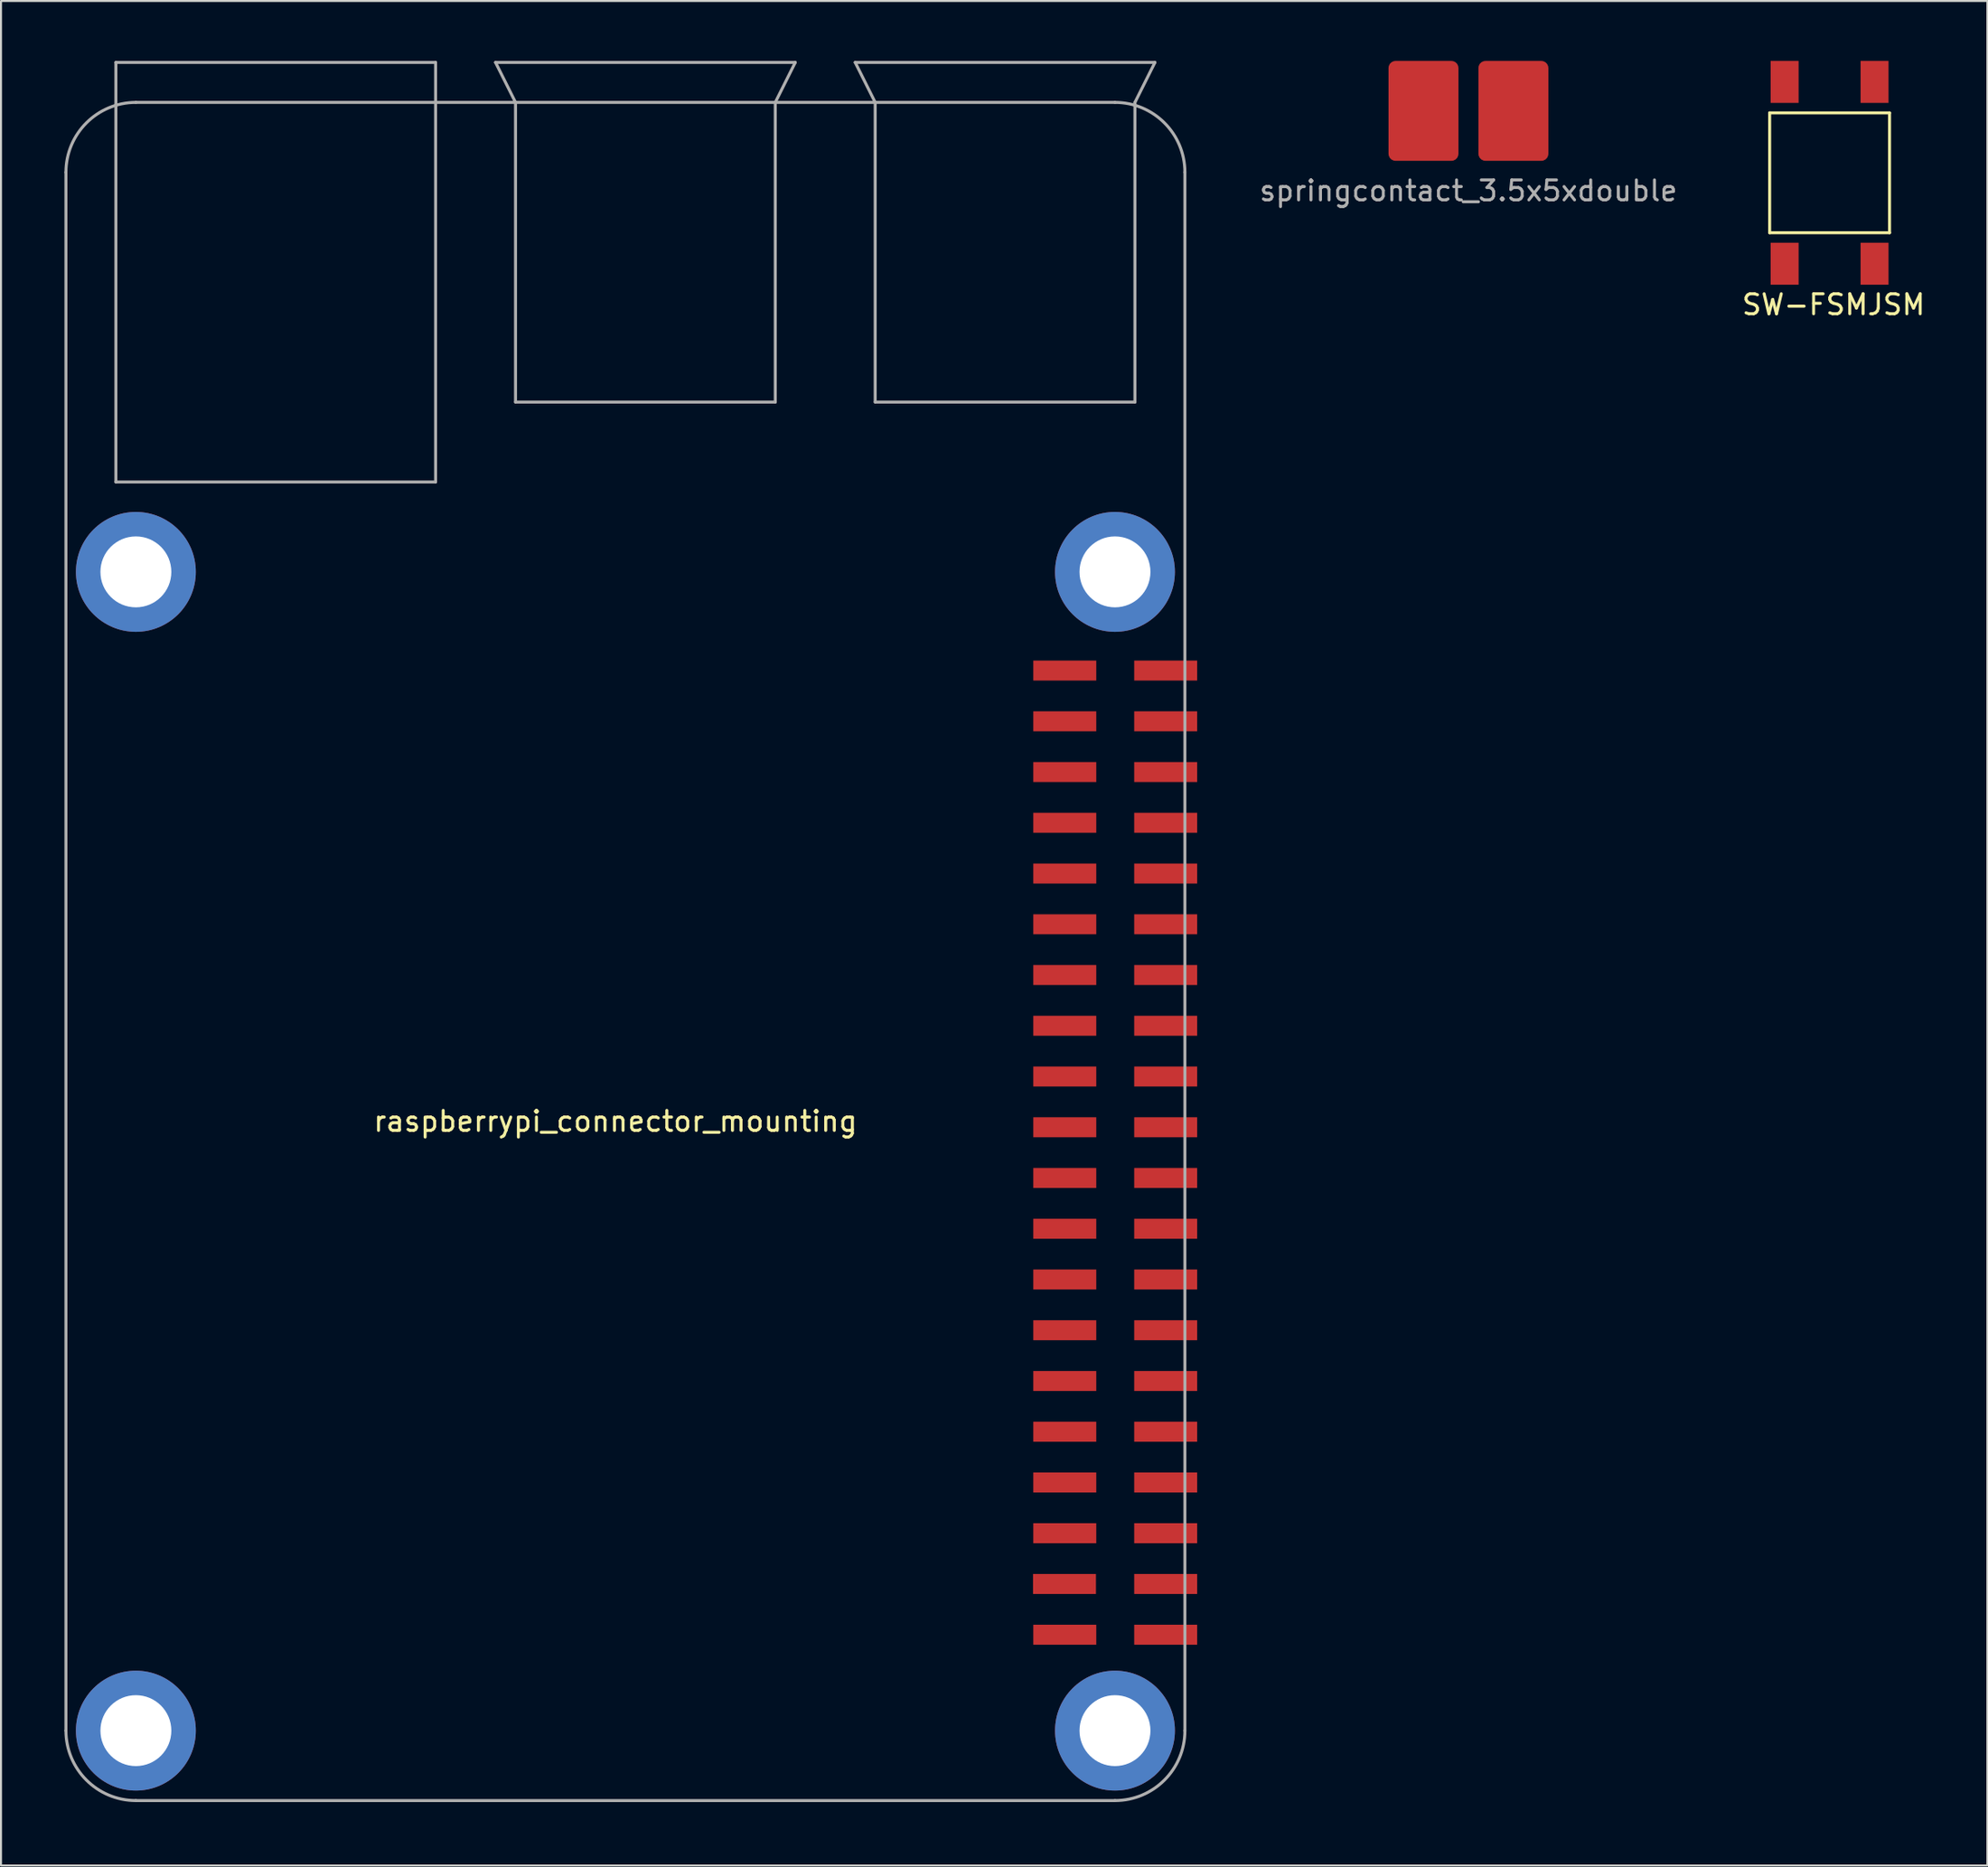
<source format=kicad_pcb>
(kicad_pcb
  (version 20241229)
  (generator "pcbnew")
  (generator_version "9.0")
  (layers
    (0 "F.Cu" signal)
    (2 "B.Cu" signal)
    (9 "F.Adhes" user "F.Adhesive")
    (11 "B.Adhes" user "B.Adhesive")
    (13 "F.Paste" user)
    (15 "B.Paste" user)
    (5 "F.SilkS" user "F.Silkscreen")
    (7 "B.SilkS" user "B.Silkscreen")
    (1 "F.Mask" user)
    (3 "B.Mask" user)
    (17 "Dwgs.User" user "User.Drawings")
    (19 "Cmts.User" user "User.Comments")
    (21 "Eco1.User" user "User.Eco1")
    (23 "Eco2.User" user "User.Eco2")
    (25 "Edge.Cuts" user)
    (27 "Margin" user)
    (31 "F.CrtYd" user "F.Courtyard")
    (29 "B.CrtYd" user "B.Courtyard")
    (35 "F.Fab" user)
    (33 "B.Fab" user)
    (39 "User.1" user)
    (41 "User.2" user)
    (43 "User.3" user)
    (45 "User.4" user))
  (footprint "springcontact_3.5x5xdouble"
    (layer "F.Cu")
    (at 70.44 2.5)
    (property "Reference" "springcontact_3.5x5xdouble" (at 0 4 0) (layer "F.Fab") (effects (font (size 1 1) (thickness 0.15))))
    (attr through_hole)
    (pad "1" smd roundrect (at -2.25 0) (size 3.5 5) (layers "F.Cu" "F.Mask") (roundrect_rratio 0.1))
    (pad "2" smd roundrect (at 2.25 0) (size 3.5 5) (layers "F.Cu" "F.Mask") (roundrect_rratio 0.1)))
  (footprint "raspberrypi_connector_mounting"
    (layer "F.Cu")
    (at 0.25 87.075)
    (property "Reference" "raspberrypi_connector_mounting" (at 27.5 -34 0) (layer "F.SilkS") (effects (font (size 1 1) (thickness 0.15))))
    (attr smd)
    (fp_line (start 0 -81.5) (end 0 -3.5) (stroke (width 0.15) (type solid)) (layer "F.Fab"))
    (fp_line (start 2.5 -87) (end 18.5 -87) (stroke (width 0.15) (type solid)) (layer "F.Fab"))
    (fp_line (start 2.5 -66) (end 2.5 -87) (stroke (width 0.15) (type solid)) (layer "F.Fab"))
    (fp_line (start 3.5 0) (end 52.5 0) (stroke (width 0.15) (type solid)) (layer "F.Fab"))
    (fp_line (start 18.5 -87) (end 18.5 -66) (stroke (width 0.15) (type solid)) (layer "F.Fab"))
    (fp_line (start 18.5 -66) (end 2.5 -66) (stroke (width 0.15) (type solid)) (layer "F.Fab"))
    (fp_line (start 21.5 -87) (end 36.5 -87) (stroke (width 0.15) (type solid)) (layer "F.Fab"))
    (fp_line (start 22.5 -85) (end 21.5 -87) (stroke (width 0.15) (type solid)) (layer "F.Fab"))
    (fp_line (start 22.5 -85) (end 22.5 -70) (stroke (width 0.15) (type solid)) (layer "F.Fab"))
    (fp_line (start 22.5 -70) (end 35.5 -70) (stroke (width 0.15) (type solid)) (layer "F.Fab"))
    (fp_line (start 35.5 -70) (end 35.5 -85) (stroke (width 0.15) (type solid)) (layer "F.Fab"))
    (fp_line (start 36.5 -87) (end 35.5 -85) (stroke (width 0.15) (type solid)) (layer "F.Fab"))
    (fp_line (start 39.5 -87) (end 54.5 -87) (stroke (width 0.15) (type solid)) (layer "F.Fab"))
    (fp_line (start 40.5 -85) (end 39.5 -87) (stroke (width 0.15) (type solid)) (layer "F.Fab"))
    (fp_line (start 40.5 -85) (end 40.5 -70) (stroke (width 0.15) (type solid)) (layer "F.Fab"))
    (fp_line (start 40.5 -70) (end 53.5 -70) (stroke (width 0.15) (type solid)) (layer "F.Fab"))
    (fp_line (start 52.5 -85) (end 3.5 -85) (stroke (width 0.15) (type solid)) (layer "F.Fab"))
    (fp_line (start 53.5 -70) (end 53.5 -85) (stroke (width 0.15) (type solid)) (layer "F.Fab"))
    (fp_line (start 54.5 -87) (end 53.5 -85) (stroke (width 0.15) (type solid)) (layer "F.Fab"))
    (fp_line (start 56 -3.5) (end 56 -81.5) (stroke (width 0.15) (type solid)) (layer "F.Fab"))
    (fp_arc (start 0 -81.5) (mid 1.025126 -83.974874) (end 3.5 -85) (stroke (width 0.15) (type solid)) (layer "F.Fab"))
    (fp_arc (start 3.5 0) (mid 1.025126 -1.025126) (end 0 -3.5) (stroke (width 0.15) (type solid)) (layer "F.Fab"))
    (fp_arc (start 52.5 -85) (mid 54.974874 -83.974874) (end 56 -81.5) (stroke (width 0.15) (type solid)) (layer "F.Fab"))
    (fp_arc (start 56 -3.5) (mid 54.974874 -1.025126) (end 52.5 0) (stroke (width 0.15) (type solid)) (layer "F.Fab"))
    (pad "1" smd rect (at 49.988 -8.301 180) (size 3.15 1) (layers "F.Cu" "F.Mask" "F.Paste"))
    (pad "2" smd rect (at 55.038 -8.301 180) (size 3.15 1) (layers "F.Cu" "F.Mask" "F.Paste"))
    (pad "3" smd rect (at 49.973 -10.841 180) (size 3.15 1) (layers "F.Cu" "F.Mask" "F.Paste"))
    (pad "4" smd rect (at 55.038 -10.841 180) (size 3.15 1) (layers "F.Cu" "F.Mask" "F.Paste"))
    (pad "5" smd rect (at 49.988 -13.381 180) (size 3.15 1) (layers "F.Cu" "F.Mask" "F.Paste"))
    (pad "6" smd rect (at 55.038 -13.381 180) (size 3.15 1) (layers "F.Cu" "F.Mask" "F.Paste"))
    (pad "7" smd rect (at 49.988 -15.921 180) (size 3.15 1) (layers "F.Cu" "F.Mask" "F.Paste"))
    (pad "8" smd rect (at 55.038 -15.921 180) (size 3.15 1) (layers "F.Cu" "F.Mask" "F.Paste"))
    (pad "9" smd rect (at 49.988 -18.461 180) (size 3.15 1) (layers "F.Cu" "F.Mask" "F.Paste"))
    (pad "10" smd rect (at 55.038 -18.461 180) (size 3.15 1) (layers "F.Cu" "F.Mask" "F.Paste"))
    (pad "11" smd rect (at 49.988 -21.001 180) (size 3.15 1) (layers "F.Cu" "F.Mask" "F.Paste"))
    (pad "12" smd rect (at 55.038 -21.001 180) (size 3.15 1) (layers "F.Cu" "F.Mask" "F.Paste"))
    (pad "13" smd rect (at 49.988 -23.541 180) (size 3.15 1) (layers "F.Cu" "F.Mask" "F.Paste"))
    (pad "14" smd rect (at 55.038 -23.541 180) (size 3.15 1) (layers "F.Cu" "F.Mask" "F.Paste"))
    (pad "15" smd rect (at 49.988 -26.081 180) (size 3.15 1) (layers "F.Cu" "F.Mask" "F.Paste"))
    (pad "16" smd rect (at 55.038 -26.081 180) (size 3.15 1) (layers "F.Cu" "F.Mask" "F.Paste"))
    (pad "17" smd rect (at 49.988 -28.621 180) (size 3.15 1) (layers "F.Cu" "F.Mask" "F.Paste"))
    (pad "18" smd rect (at 55.038 -28.621 180) (size 3.15 1) (layers "F.Cu" "F.Mask" "F.Paste"))
    (pad "19" smd rect (at 49.988 -31.161 180) (size 3.15 1) (layers "F.Cu" "F.Mask" "F.Paste"))
    (pad "20" smd rect (at 55.038 -31.161 180) (size 3.15 1) (layers "F.Cu" "F.Mask" "F.Paste"))
    (pad "21" smd rect (at 49.988 -33.701 180) (size 3.15 1) (layers "F.Cu" "F.Mask" "F.Paste"))
    (pad "22" smd rect (at 55.038 -33.701 180) (size 3.15 1) (layers "F.Cu" "F.Mask" "F.Paste"))
    (pad "23" smd rect (at 49.988 -36.241 180) (size 3.15 1) (layers "F.Cu" "F.Mask" "F.Paste"))
    (pad "24" smd rect (at 55.038 -36.241 180) (size 3.15 1) (layers "F.Cu" "F.Mask" "F.Paste"))
    (pad "25" smd rect (at 49.988 -38.781 180) (size 3.15 1) (layers "F.Cu" "F.Mask" "F.Paste"))
    (pad "26" smd rect (at 55.038 -38.781 180) (size 3.15 1) (layers "F.Cu" "F.Mask" "F.Paste"))
    (pad "27" smd rect (at 49.988 -41.321 180) (size 3.15 1) (layers "F.Cu" "F.Mask" "F.Paste"))
    (pad "28" smd rect (at 55.038 -41.321 180) (size 3.15 1) (layers "F.Cu" "F.Mask" "F.Paste"))
    (pad "29" smd rect (at 49.988 -43.861 180) (size 3.15 1) (layers "F.Cu" "F.Mask" "F.Paste"))
    (pad "30" smd rect (at 55.038 -43.861 180) (size 3.15 1) (layers "F.Cu" "F.Mask" "F.Paste"))
    (pad "31" smd rect (at 49.988 -46.401 180) (size 3.15 1) (layers "F.Cu" "F.Mask" "F.Paste"))
    (pad "32" smd rect (at 55.038 -46.401 180) (size 3.15 1) (layers "F.Cu" "F.Mask" "F.Paste"))
    (pad "33" smd rect (at 49.988 -48.941 180) (size 3.15 1) (layers "F.Cu" "F.Mask" "F.Paste"))
    (pad "34" smd rect (at 55.038 -48.941 180) (size 3.15 1) (layers "F.Cu" "F.Mask" "F.Paste"))
    (pad "35" smd rect (at 49.988 -51.481 180) (size 3.15 1) (layers "F.Cu" "F.Mask" "F.Paste"))
    (pad "36" smd rect (at 55.038 -51.481 180) (size 3.15 1) (layers "F.Cu" "F.Mask" "F.Paste"))
    (pad "37" smd rect (at 49.988 -54.021 180) (size 3.15 1) (layers "F.Cu" "F.Mask" "F.Paste"))
    (pad "38" smd rect (at 55.038 -54.021 180) (size 3.15 1) (layers "F.Cu" "F.Mask" "F.Paste"))
    (pad "39" smd rect (at 49.988 -56.561 180) (size 3.15 1) (layers "F.Cu" "F.Mask" "F.Paste"))
    (pad "40" smd rect (at 55.038 -56.561 180) (size 3.15 1) (layers "F.Cu" "F.Mask" "F.Paste"))
    (pad "41" thru_hole circle (at 3.5 -3.5) (size 6 6) (drill 3.55) (layers "*.Cu" "*.Mask"))
    (pad "42" thru_hole circle (at 52.5 -3.5) (size 6 6) (drill 3.55) (layers "*.Cu" "*.Mask"))
    (pad "43" thru_hole circle (at 3.5 -61.5) (size 6 6) (drill 3.55) (layers "*.Cu" "*.Mask"))
    (pad "44" thru_hole circle (at 52.5 -61.5) (size 6 6) (drill 3.55) (layers "*.Cu" "*.Mask")))
  (footprint "SW-FSMJSM"
    (layer "F.Cu")
    (at 88.514 5.6)
    (property "Reference" "SW-FSMJSM" (at 0.2 6.6 0) (layer "F.SilkS") (effects (font (size 1 1) (thickness 0.15))))
    (attr through_hole)
    (fp_line (start -3 -3) (end 3 -3) (stroke (width 0.15) (type solid)) (layer "F.SilkS"))
    (fp_line (start -3 3) (end -3 -3) (stroke (width 0.15) (type solid)) (layer "F.SilkS"))
    (fp_line (start 3 -3) (end 3 3) (stroke (width 0.15) (type solid)) (layer "F.SilkS"))
    (fp_line (start 3 3) (end -3 3) (stroke (width 0.15) (type solid)) (layer "F.SilkS"))
    (pad "1" smd rect (at 2.25 -4.55) (size 1.4 2.1) (layers "F.Cu" "F.Mask" "F.Paste"))
    (pad "1" smd rect (at 2.25 4.55) (size 1.4 2.1) (layers "F.Cu" "F.Mask" "F.Paste"))
    (pad "2" smd rect (at -2.25 -4.55) (size 1.4 2.1) (layers "F.Cu" "F.Mask" "F.Paste"))
    (pad "2" smd rect (at -2.25 4.55) (size 1.4 2.1) (layers "F.Cu" "F.Mask" "F.Paste")))
  (gr_rect
    (start -3 -3)
    (end 96.411 90.325)
    (stroke (width 0.1) (type default))
    (fill no)
    (layer "Edge.Cuts")))
</source>
